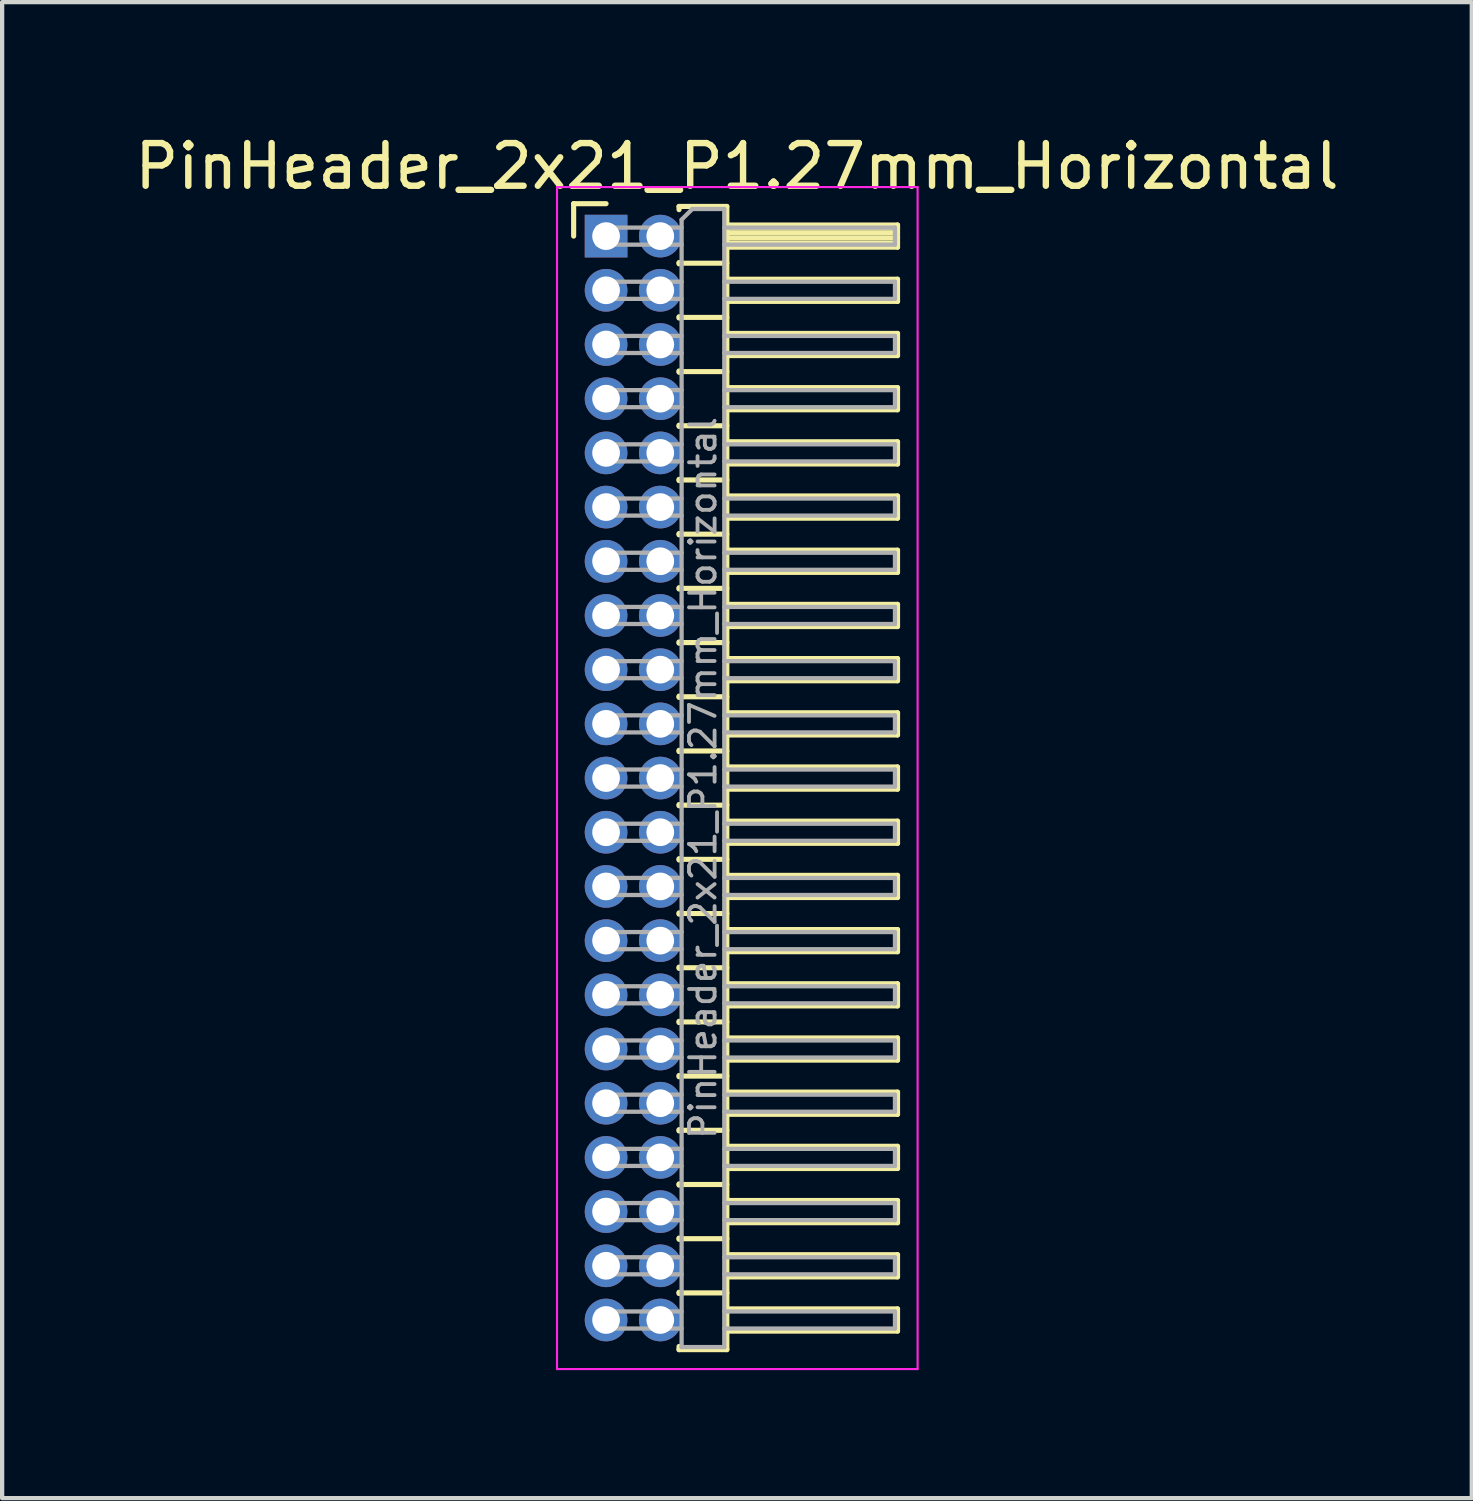
<source format=kicad_pcb>
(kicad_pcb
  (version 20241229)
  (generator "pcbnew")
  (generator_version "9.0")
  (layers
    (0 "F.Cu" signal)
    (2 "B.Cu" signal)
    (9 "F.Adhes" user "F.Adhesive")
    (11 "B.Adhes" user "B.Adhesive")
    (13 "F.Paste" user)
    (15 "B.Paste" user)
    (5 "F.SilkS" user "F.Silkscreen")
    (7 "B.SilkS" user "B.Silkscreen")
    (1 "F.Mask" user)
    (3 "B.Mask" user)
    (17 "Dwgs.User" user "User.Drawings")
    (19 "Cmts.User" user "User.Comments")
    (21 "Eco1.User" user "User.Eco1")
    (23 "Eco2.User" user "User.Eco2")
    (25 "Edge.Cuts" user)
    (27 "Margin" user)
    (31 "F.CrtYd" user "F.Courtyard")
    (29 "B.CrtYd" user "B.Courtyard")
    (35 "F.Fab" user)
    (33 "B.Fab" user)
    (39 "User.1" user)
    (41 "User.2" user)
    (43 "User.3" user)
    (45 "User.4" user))
  (footprint "PinHeader_2x21_P1.27mm_Horizontal"
    (layer "F.Cu")
    (at 11.153 2.483)
    (property "Reference" "PinHeader_2x21_P1.27mm_Horizontal" (at 3.067 -1.635 0) (layer "F.SilkS") (effects (font (size 1 1) (thickness 0.15))))
    (attr through_hole)
    (fp_line (start -0.76 -0.76) (end 0 -0.76) (stroke (width 0.12) (type solid)) (layer "F.SilkS"))
    (fp_line (start -0.76 0) (end -0.76 -0.76) (stroke (width 0.12) (type solid)) (layer "F.SilkS"))
    (fp_line (start 1.71 -0.695) (end 2.83 -0.695) (stroke (width 0.12) (type solid)) (layer "F.SilkS"))
    (fp_line (start 1.71 -0.62) (end 1.71 -0.695) (stroke (width 0.12) (type solid)) (layer "F.SilkS"))
    (fp_line (start 1.71 0.62) (end 1.71 0.65) (stroke (width 0.12) (type solid)) (layer "F.SilkS"))
    (fp_line (start 1.71 0.635) (end 2.83 0.635) (stroke (width 0.12) (type solid)) (layer "F.SilkS"))
    (fp_line (start 1.71 1.89) (end 1.71 1.92) (stroke (width 0.12) (type solid)) (layer "F.SilkS"))
    (fp_line (start 1.71 1.905) (end 2.83 1.905) (stroke (width 0.12) (type solid)) (layer "F.SilkS"))
    (fp_line (start 1.71 3.16) (end 1.71 3.19) (stroke (width 0.12) (type solid)) (layer "F.SilkS"))
    (fp_line (start 1.71 3.175) (end 2.83 3.175) (stroke (width 0.12) (type solid)) (layer "F.SilkS"))
    (fp_line (start 1.71 4.43) (end 1.71 4.46) (stroke (width 0.12) (type solid)) (layer "F.SilkS"))
    (fp_line (start 1.71 4.445) (end 2.83 4.445) (stroke (width 0.12) (type solid)) (layer "F.SilkS"))
    (fp_line (start 1.71 5.7) (end 1.71 5.73) (stroke (width 0.12) (type solid)) (layer "F.SilkS"))
    (fp_line (start 1.71 5.715) (end 2.83 5.715) (stroke (width 0.12) (type solid)) (layer "F.SilkS"))
    (fp_line (start 1.71 6.97) (end 1.71 7) (stroke (width 0.12) (type solid)) (layer "F.SilkS"))
    (fp_line (start 1.71 6.985) (end 2.83 6.985) (stroke (width 0.12) (type solid)) (layer "F.SilkS"))
    (fp_line (start 1.71 8.24) (end 1.71 8.27) (stroke (width 0.12) (type solid)) (layer "F.SilkS"))
    (fp_line (start 1.71 8.255) (end 2.83 8.255) (stroke (width 0.12) (type solid)) (layer "F.SilkS"))
    (fp_line (start 1.71 9.51) (end 1.71 9.54) (stroke (width 0.12) (type solid)) (layer "F.SilkS"))
    (fp_line (start 1.71 9.525) (end 2.83 9.525) (stroke (width 0.12) (type solid)) (layer "F.SilkS"))
    (fp_line (start 1.71 10.78) (end 1.71 10.81) (stroke (width 0.12) (type solid)) (layer "F.SilkS"))
    (fp_line (start 1.71 10.795) (end 2.83 10.795) (stroke (width 0.12) (type solid)) (layer "F.SilkS"))
    (fp_line (start 1.71 12.05) (end 1.71 12.08) (stroke (width 0.12) (type solid)) (layer "F.SilkS"))
    (fp_line (start 1.71 12.065) (end 2.83 12.065) (stroke (width 0.12) (type solid)) (layer "F.SilkS"))
    (fp_line (start 1.71 13.32) (end 1.71 13.35) (stroke (width 0.12) (type solid)) (layer "F.SilkS"))
    (fp_line (start 1.71 13.335) (end 2.83 13.335) (stroke (width 0.12) (type solid)) (layer "F.SilkS"))
    (fp_line (start 1.71 14.59) (end 1.71 14.62) (stroke (width 0.12) (type solid)) (layer "F.SilkS"))
    (fp_line (start 1.71 14.605) (end 2.83 14.605) (stroke (width 0.12) (type solid)) (layer "F.SilkS"))
    (fp_line (start 1.71 15.86) (end 1.71 15.89) (stroke (width 0.12) (type solid)) (layer "F.SilkS"))
    (fp_line (start 1.71 15.875) (end 2.83 15.875) (stroke (width 0.12) (type solid)) (layer "F.SilkS"))
    (fp_line (start 1.71 17.13) (end 1.71 17.16) (stroke (width 0.12) (type solid)) (layer "F.SilkS"))
    (fp_line (start 1.71 17.145) (end 2.83 17.145) (stroke (width 0.12) (type solid)) (layer "F.SilkS"))
    (fp_line (start 1.71 18.4) (end 1.71 18.43) (stroke (width 0.12) (type solid)) (layer "F.SilkS"))
    (fp_line (start 1.71 18.415) (end 2.83 18.415) (stroke (width 0.12) (type solid)) (layer "F.SilkS"))
    (fp_line (start 1.71 19.67) (end 1.71 19.7) (stroke (width 0.12) (type solid)) (layer "F.SilkS"))
    (fp_line (start 1.71 19.685) (end 2.83 19.685) (stroke (width 0.12) (type solid)) (layer "F.SilkS"))
    (fp_line (start 1.71 20.94) (end 1.71 20.97) (stroke (width 0.12) (type solid)) (layer "F.SilkS"))
    (fp_line (start 1.71 20.955) (end 2.83 20.955) (stroke (width 0.12) (type solid)) (layer "F.SilkS"))
    (fp_line (start 1.71 22.21) (end 1.71 22.24) (stroke (width 0.12) (type solid)) (layer "F.SilkS"))
    (fp_line (start 1.71 22.225) (end 2.83 22.225) (stroke (width 0.12) (type solid)) (layer "F.SilkS"))
    (fp_line (start 1.71 23.48) (end 1.71 23.51) (stroke (width 0.12) (type solid)) (layer "F.SilkS"))
    (fp_line (start 1.71 23.495) (end 2.83 23.495) (stroke (width 0.12) (type solid)) (layer "F.SilkS"))
    (fp_line (start 1.71 24.75) (end 1.71 24.78) (stroke (width 0.12) (type solid)) (layer "F.SilkS"))
    (fp_line (start 1.71 24.765) (end 2.83 24.765) (stroke (width 0.12) (type solid)) (layer "F.SilkS"))
    (fp_line (start 1.71 26.095) (end 1.71 26.02) (stroke (width 0.12) (type solid)) (layer "F.SilkS"))
    (fp_line (start 2.83 -0.695) (end 2.83 26.095) (stroke (width 0.12) (type solid)) (layer "F.SilkS"))
    (fp_line (start 2.83 -0.26) (end 6.83 -0.26) (stroke (width 0.12) (type solid)) (layer "F.SilkS"))
    (fp_line (start 2.83 -0.2) (end 6.83 -0.2) (stroke (width 0.12) (type solid)) (layer "F.SilkS"))
    (fp_line (start 2.83 -0.08) (end 6.83 -0.08) (stroke (width 0.12) (type solid)) (layer "F.SilkS"))
    (fp_line (start 2.83 0.04) (end 6.83 0.04) (stroke (width 0.12) (type solid)) (layer "F.SilkS"))
    (fp_line (start 2.83 0.16) (end 6.83 0.16) (stroke (width 0.12) (type solid)) (layer "F.SilkS"))
    (fp_line (start 2.83 1.01) (end 6.83 1.01) (stroke (width 0.12) (type solid)) (layer "F.SilkS"))
    (fp_line (start 2.83 2.28) (end 6.83 2.28) (stroke (width 0.12) (type solid)) (layer "F.SilkS"))
    (fp_line (start 2.83 3.55) (end 6.83 3.55) (stroke (width 0.12) (type solid)) (layer "F.SilkS"))
    (fp_line (start 2.83 4.82) (end 6.83 4.82) (stroke (width 0.12) (type solid)) (layer "F.SilkS"))
    (fp_line (start 2.83 6.09) (end 6.83 6.09) (stroke (width 0.12) (type solid)) (layer "F.SilkS"))
    (fp_line (start 2.83 7.36) (end 6.83 7.36) (stroke (width 0.12) (type solid)) (layer "F.SilkS"))
    (fp_line (start 2.83 8.63) (end 6.83 8.63) (stroke (width 0.12) (type solid)) (layer "F.SilkS"))
    (fp_line (start 2.83 9.9) (end 6.83 9.9) (stroke (width 0.12) (type solid)) (layer "F.SilkS"))
    (fp_line (start 2.83 11.17) (end 6.83 11.17) (stroke (width 0.12) (type solid)) (layer "F.SilkS"))
    (fp_line (start 2.83 12.44) (end 6.83 12.44) (stroke (width 0.12) (type solid)) (layer "F.SilkS"))
    (fp_line (start 2.83 13.71) (end 6.83 13.71) (stroke (width 0.12) (type solid)) (layer "F.SilkS"))
    (fp_line (start 2.83 14.98) (end 6.83 14.98) (stroke (width 0.12) (type solid)) (layer "F.SilkS"))
    (fp_line (start 2.83 16.25) (end 6.83 16.25) (stroke (width 0.12) (type solid)) (layer "F.SilkS"))
    (fp_line (start 2.83 17.52) (end 6.83 17.52) (stroke (width 0.12) (type solid)) (layer "F.SilkS"))
    (fp_line (start 2.83 18.79) (end 6.83 18.79) (stroke (width 0.12) (type solid)) (layer "F.SilkS"))
    (fp_line (start 2.83 20.06) (end 6.83 20.06) (stroke (width 0.12) (type solid)) (layer "F.SilkS"))
    (fp_line (start 2.83 21.33) (end 6.83 21.33) (stroke (width 0.12) (type solid)) (layer "F.SilkS"))
    (fp_line (start 2.83 22.6) (end 6.83 22.6) (stroke (width 0.12) (type solid)) (layer "F.SilkS"))
    (fp_line (start 2.83 23.87) (end 6.83 23.87) (stroke (width 0.12) (type solid)) (layer "F.SilkS"))
    (fp_line (start 2.83 25.14) (end 6.83 25.14) (stroke (width 0.12) (type solid)) (layer "F.SilkS"))
    (fp_line (start 2.83 26.095) (end 1.71 26.095) (stroke (width 0.12) (type solid)) (layer "F.SilkS"))
    (fp_line (start 6.83 -0.26) (end 6.83 0.26) (stroke (width 0.12) (type solid)) (layer "F.SilkS"))
    (fp_line (start 6.83 0.26) (end 2.83 0.26) (stroke (width 0.12) (type solid)) (layer "F.SilkS"))
    (fp_line (start 6.83 1.01) (end 6.83 1.53) (stroke (width 0.12) (type solid)) (layer "F.SilkS"))
    (fp_line (start 6.83 1.53) (end 2.83 1.53) (stroke (width 0.12) (type solid)) (layer "F.SilkS"))
    (fp_line (start 6.83 2.28) (end 6.83 2.8) (stroke (width 0.12) (type solid)) (layer "F.SilkS"))
    (fp_line (start 6.83 2.8) (end 2.83 2.8) (stroke (width 0.12) (type solid)) (layer "F.SilkS"))
    (fp_line (start 6.83 3.55) (end 6.83 4.07) (stroke (width 0.12) (type solid)) (layer "F.SilkS"))
    (fp_line (start 6.83 4.07) (end 2.83 4.07) (stroke (width 0.12) (type solid)) (layer "F.SilkS"))
    (fp_line (start 6.83 4.82) (end 6.83 5.34) (stroke (width 0.12) (type solid)) (layer "F.SilkS"))
    (fp_line (start 6.83 5.34) (end 2.83 5.34) (stroke (width 0.12) (type solid)) (layer "F.SilkS"))
    (fp_line (start 6.83 6.09) (end 6.83 6.61) (stroke (width 0.12) (type solid)) (layer "F.SilkS"))
    (fp_line (start 6.83 6.61) (end 2.83 6.61) (stroke (width 0.12) (type solid)) (layer "F.SilkS"))
    (fp_line (start 6.83 7.36) (end 6.83 7.88) (stroke (width 0.12) (type solid)) (layer "F.SilkS"))
    (fp_line (start 6.83 7.88) (end 2.83 7.88) (stroke (width 0.12) (type solid)) (layer "F.SilkS"))
    (fp_line (start 6.83 8.63) (end 6.83 9.15) (stroke (width 0.12) (type solid)) (layer "F.SilkS"))
    (fp_line (start 6.83 9.15) (end 2.83 9.15) (stroke (width 0.12) (type solid)) (layer "F.SilkS"))
    (fp_line (start 6.83 9.9) (end 6.83 10.42) (stroke (width 0.12) (type solid)) (layer "F.SilkS"))
    (fp_line (start 6.83 10.42) (end 2.83 10.42) (stroke (width 0.12) (type solid)) (layer "F.SilkS"))
    (fp_line (start 6.83 11.17) (end 6.83 11.69) (stroke (width 0.12) (type solid)) (layer "F.SilkS"))
    (fp_line (start 6.83 11.69) (end 2.83 11.69) (stroke (width 0.12) (type solid)) (layer "F.SilkS"))
    (fp_line (start 6.83 12.44) (end 6.83 12.96) (stroke (width 0.12) (type solid)) (layer "F.SilkS"))
    (fp_line (start 6.83 12.96) (end 2.83 12.96) (stroke (width 0.12) (type solid)) (layer "F.SilkS"))
    (fp_line (start 6.83 13.71) (end 6.83 14.23) (stroke (width 0.12) (type solid)) (layer "F.SilkS"))
    (fp_line (start 6.83 14.23) (end 2.83 14.23) (stroke (width 0.12) (type solid)) (layer "F.SilkS"))
    (fp_line (start 6.83 14.98) (end 6.83 15.5) (stroke (width 0.12) (type solid)) (layer "F.SilkS"))
    (fp_line (start 6.83 15.5) (end 2.83 15.5) (stroke (width 0.12) (type solid)) (layer "F.SilkS"))
    (fp_line (start 6.83 16.25) (end 6.83 16.77) (stroke (width 0.12) (type solid)) (layer "F.SilkS"))
    (fp_line (start 6.83 16.77) (end 2.83 16.77) (stroke (width 0.12) (type solid)) (layer "F.SilkS"))
    (fp_line (start 6.83 17.52) (end 6.83 18.04) (stroke (width 0.12) (type solid)) (layer "F.SilkS"))
    (fp_line (start 6.83 18.04) (end 2.83 18.04) (stroke (width 0.12) (type solid)) (layer "F.SilkS"))
    (fp_line (start 6.83 18.79) (end 6.83 19.31) (stroke (width 0.12) (type solid)) (layer "F.SilkS"))
    (fp_line (start 6.83 19.31) (end 2.83 19.31) (stroke (width 0.12) (type solid)) (layer "F.SilkS"))
    (fp_line (start 6.83 20.06) (end 6.83 20.58) (stroke (width 0.12) (type solid)) (layer "F.SilkS"))
    (fp_line (start 6.83 20.58) (end 2.83 20.58) (stroke (width 0.12) (type solid)) (layer "F.SilkS"))
    (fp_line (start 6.83 21.33) (end 6.83 21.85) (stroke (width 0.12) (type solid)) (layer "F.SilkS"))
    (fp_line (start 6.83 21.85) (end 2.83 21.85) (stroke (width 0.12) (type solid)) (layer "F.SilkS"))
    (fp_line (start 6.83 22.6) (end 6.83 23.12) (stroke (width 0.12) (type solid)) (layer "F.SilkS"))
    (fp_line (start 6.83 23.12) (end 2.83 23.12) (stroke (width 0.12) (type solid)) (layer "F.SilkS"))
    (fp_line (start 6.83 23.87) (end 6.83 24.39) (stroke (width 0.12) (type solid)) (layer "F.SilkS"))
    (fp_line (start 6.83 24.39) (end 2.83 24.39) (stroke (width 0.12) (type solid)) (layer "F.SilkS"))
    (fp_line (start 6.83 25.14) (end 6.83 25.66) (stroke (width 0.12) (type solid)) (layer "F.SilkS"))
    (fp_line (start 6.83 25.66) (end 2.83 25.66) (stroke (width 0.12) (type solid)) (layer "F.SilkS"))
    (fp_line (start -1.15 -1.15) (end -1.15 26.55) (stroke (width 0.05) (type solid)) (layer "F.CrtYd"))
    (fp_line (start -1.15 26.55) (end 7.3 26.55) (stroke (width 0.05) (type solid)) (layer "F.CrtYd"))
    (fp_line (start 7.3 -1.15) (end -1.15 -1.15) (stroke (width 0.05) (type solid)) (layer "F.CrtYd"))
    (fp_line (start 7.3 26.55) (end 7.3 -1.15) (stroke (width 0.05) (type solid)) (layer "F.CrtYd"))
    (fp_line (start -0.2 -0.2) (end -0.2 0.2) (stroke (width 0.1) (type solid)) (layer "F.Fab"))
    (fp_line (start -0.2 -0.2) (end 1.77 -0.2) (stroke (width 0.1) (type solid)) (layer "F.Fab"))
    (fp_line (start -0.2 0.2) (end 1.77 0.2) (stroke (width 0.1) (type solid)) (layer "F.Fab"))
    (fp_line (start -0.2 1.07) (end -0.2 1.47) (stroke (width 0.1) (type solid)) (layer "F.Fab"))
    (fp_line (start -0.2 1.07) (end 1.77 1.07) (stroke (width 0.1) (type solid)) (layer "F.Fab"))
    (fp_line (start -0.2 1.47) (end 1.77 1.47) (stroke (width 0.1) (type solid)) (layer "F.Fab"))
    (fp_line (start -0.2 2.34) (end -0.2 2.74) (stroke (width 0.1) (type solid)) (layer "F.Fab"))
    (fp_line (start -0.2 2.34) (end 1.77 2.34) (stroke (width 0.1) (type solid)) (layer "F.Fab"))
    (fp_line (start -0.2 2.74) (end 1.77 2.74) (stroke (width 0.1) (type solid)) (layer "F.Fab"))
    (fp_line (start -0.2 3.61) (end -0.2 4.01) (stroke (width 0.1) (type solid)) (layer "F.Fab"))
    (fp_line (start -0.2 3.61) (end 1.77 3.61) (stroke (width 0.1) (type solid)) (layer "F.Fab"))
    (fp_line (start -0.2 4.01) (end 1.77 4.01) (stroke (width 0.1) (type solid)) (layer "F.Fab"))
    (fp_line (start -0.2 4.88) (end -0.2 5.28) (stroke (width 0.1) (type solid)) (layer "F.Fab"))
    (fp_line (start -0.2 4.88) (end 1.77 4.88) (stroke (width 0.1) (type solid)) (layer "F.Fab"))
    (fp_line (start -0.2 5.28) (end 1.77 5.28) (stroke (width 0.1) (type solid)) (layer "F.Fab"))
    (fp_line (start -0.2 6.15) (end -0.2 6.55) (stroke (width 0.1) (type solid)) (layer "F.Fab"))
    (fp_line (start -0.2 6.15) (end 1.77 6.15) (stroke (width 0.1) (type solid)) (layer "F.Fab"))
    (fp_line (start -0.2 6.55) (end 1.77 6.55) (stroke (width 0.1) (type solid)) (layer "F.Fab"))
    (fp_line (start -0.2 7.42) (end -0.2 7.82) (stroke (width 0.1) (type solid)) (layer "F.Fab"))
    (fp_line (start -0.2 7.42) (end 1.77 7.42) (stroke (width 0.1) (type solid)) (layer "F.Fab"))
    (fp_line (start -0.2 7.82) (end 1.77 7.82) (stroke (width 0.1) (type solid)) (layer "F.Fab"))
    (fp_line (start -0.2 8.69) (end -0.2 9.09) (stroke (width 0.1) (type solid)) (layer "F.Fab"))
    (fp_line (start -0.2 8.69) (end 1.77 8.69) (stroke (width 0.1) (type solid)) (layer "F.Fab"))
    (fp_line (start -0.2 9.09) (end 1.77 9.09) (stroke (width 0.1) (type solid)) (layer "F.Fab"))
    (fp_line (start -0.2 9.96) (end -0.2 10.36) (stroke (width 0.1) (type solid)) (layer "F.Fab"))
    (fp_line (start -0.2 9.96) (end 1.77 9.96) (stroke (width 0.1) (type solid)) (layer "F.Fab"))
    (fp_line (start -0.2 10.36) (end 1.77 10.36) (stroke (width 0.1) (type solid)) (layer "F.Fab"))
    (fp_line (start -0.2 11.23) (end -0.2 11.63) (stroke (width 0.1) (type solid)) (layer "F.Fab"))
    (fp_line (start -0.2 11.23) (end 1.77 11.23) (stroke (width 0.1) (type solid)) (layer "F.Fab"))
    (fp_line (start -0.2 11.63) (end 1.77 11.63) (stroke (width 0.1) (type solid)) (layer "F.Fab"))
    (fp_line (start -0.2 12.5) (end -0.2 12.9) (stroke (width 0.1) (type solid)) (layer "F.Fab"))
    (fp_line (start -0.2 12.5) (end 1.77 12.5) (stroke (width 0.1) (type solid)) (layer "F.Fab"))
    (fp_line (start -0.2 12.9) (end 1.77 12.9) (stroke (width 0.1) (type solid)) (layer "F.Fab"))
    (fp_line (start -0.2 13.77) (end -0.2 14.17) (stroke (width 0.1) (type solid)) (layer "F.Fab"))
    (fp_line (start -0.2 13.77) (end 1.77 13.77) (stroke (width 0.1) (type solid)) (layer "F.Fab"))
    (fp_line (start -0.2 14.17) (end 1.77 14.17) (stroke (width 0.1) (type solid)) (layer "F.Fab"))
    (fp_line (start -0.2 15.04) (end -0.2 15.44) (stroke (width 0.1) (type solid)) (layer "F.Fab"))
    (fp_line (start -0.2 15.04) (end 1.77 15.04) (stroke (width 0.1) (type solid)) (layer "F.Fab"))
    (fp_line (start -0.2 15.44) (end 1.77 15.44) (stroke (width 0.1) (type solid)) (layer "F.Fab"))
    (fp_line (start -0.2 16.31) (end -0.2 16.71) (stroke (width 0.1) (type solid)) (layer "F.Fab"))
    (fp_line (start -0.2 16.31) (end 1.77 16.31) (stroke (width 0.1) (type solid)) (layer "F.Fab"))
    (fp_line (start -0.2 16.71) (end 1.77 16.71) (stroke (width 0.1) (type solid)) (layer "F.Fab"))
    (fp_line (start -0.2 17.58) (end -0.2 17.98) (stroke (width 0.1) (type solid)) (layer "F.Fab"))
    (fp_line (start -0.2 17.58) (end 1.77 17.58) (stroke (width 0.1) (type solid)) (layer "F.Fab"))
    (fp_line (start -0.2 17.98) (end 1.77 17.98) (stroke (width 0.1) (type solid)) (layer "F.Fab"))
    (fp_line (start -0.2 18.85) (end -0.2 19.25) (stroke (width 0.1) (type solid)) (layer "F.Fab"))
    (fp_line (start -0.2 18.85) (end 1.77 18.85) (stroke (width 0.1) (type solid)) (layer "F.Fab"))
    (fp_line (start -0.2 19.25) (end 1.77 19.25) (stroke (width 0.1) (type solid)) (layer "F.Fab"))
    (fp_line (start -0.2 20.12) (end -0.2 20.52) (stroke (width 0.1) (type solid)) (layer "F.Fab"))
    (fp_line (start -0.2 20.12) (end 1.77 20.12) (stroke (width 0.1) (type solid)) (layer "F.Fab"))
    (fp_line (start -0.2 20.52) (end 1.77 20.52) (stroke (width 0.1) (type solid)) (layer "F.Fab"))
    (fp_line (start -0.2 21.39) (end -0.2 21.79) (stroke (width 0.1) (type solid)) (layer "F.Fab"))
    (fp_line (start -0.2 21.39) (end 1.77 21.39) (stroke (width 0.1) (type solid)) (layer "F.Fab"))
    (fp_line (start -0.2 21.79) (end 1.77 21.79) (stroke (width 0.1) (type solid)) (layer "F.Fab"))
    (fp_line (start -0.2 22.66) (end -0.2 23.06) (stroke (width 0.1) (type solid)) (layer "F.Fab"))
    (fp_line (start -0.2 22.66) (end 1.77 22.66) (stroke (width 0.1) (type solid)) (layer "F.Fab"))
    (fp_line (start -0.2 23.06) (end 1.77 23.06) (stroke (width 0.1) (type solid)) (layer "F.Fab"))
    (fp_line (start -0.2 23.93) (end -0.2 24.33) (stroke (width 0.1) (type solid)) (layer "F.Fab"))
    (fp_line (start -0.2 23.93) (end 1.77 23.93) (stroke (width 0.1) (type solid)) (layer "F.Fab"))
    (fp_line (start -0.2 24.33) (end 1.77 24.33) (stroke (width 0.1) (type solid)) (layer "F.Fab"))
    (fp_line (start -0.2 25.2) (end -0.2 25.6) (stroke (width 0.1) (type solid)) (layer "F.Fab"))
    (fp_line (start -0.2 25.2) (end 1.77 25.2) (stroke (width 0.1) (type solid)) (layer "F.Fab"))
    (fp_line (start -0.2 25.6) (end 1.77 25.6) (stroke (width 0.1) (type solid)) (layer "F.Fab"))
    (fp_line (start 1.77 -0.385) (end 2.02 -0.635) (stroke (width 0.1) (type solid)) (layer "F.Fab"))
    (fp_line (start 1.77 26.035) (end 1.77 -0.385) (stroke (width 0.1) (type solid)) (layer "F.Fab"))
    (fp_line (start 2.02 -0.635) (end 2.77 -0.635) (stroke (width 0.1) (type solid)) (layer "F.Fab"))
    (fp_line (start 2.77 -0.635) (end 2.77 26.035) (stroke (width 0.1) (type solid)) (layer "F.Fab"))
    (fp_line (start 2.77 -0.2) (end 6.77 -0.2) (stroke (width 0.1) (type solid)) (layer "F.Fab"))
    (fp_line (start 2.77 0.2) (end 6.77 0.2) (stroke (width 0.1) (type solid)) (layer "F.Fab"))
    (fp_line (start 2.77 1.07) (end 6.77 1.07) (stroke (width 0.1) (type solid)) (layer "F.Fab"))
    (fp_line (start 2.77 1.47) (end 6.77 1.47) (stroke (width 0.1) (type solid)) (layer "F.Fab"))
    (fp_line (start 2.77 2.34) (end 6.77 2.34) (stroke (width 0.1) (type solid)) (layer "F.Fab"))
    (fp_line (start 2.77 2.74) (end 6.77 2.74) (stroke (width 0.1) (type solid)) (layer "F.Fab"))
    (fp_line (start 2.77 3.61) (end 6.77 3.61) (stroke (width 0.1) (type solid)) (layer "F.Fab"))
    (fp_line (start 2.77 4.01) (end 6.77 4.01) (stroke (width 0.1) (type solid)) (layer "F.Fab"))
    (fp_line (start 2.77 4.88) (end 6.77 4.88) (stroke (width 0.1) (type solid)) (layer "F.Fab"))
    (fp_line (start 2.77 5.28) (end 6.77 5.28) (stroke (width 0.1) (type solid)) (layer "F.Fab"))
    (fp_line (start 2.77 6.15) (end 6.77 6.15) (stroke (width 0.1) (type solid)) (layer "F.Fab"))
    (fp_line (start 2.77 6.55) (end 6.77 6.55) (stroke (width 0.1) (type solid)) (layer "F.Fab"))
    (fp_line (start 2.77 7.42) (end 6.77 7.42) (stroke (width 0.1) (type solid)) (layer "F.Fab"))
    (fp_line (start 2.77 7.82) (end 6.77 7.82) (stroke (width 0.1) (type solid)) (layer "F.Fab"))
    (fp_line (start 2.77 8.69) (end 6.77 8.69) (stroke (width 0.1) (type solid)) (layer "F.Fab"))
    (fp_line (start 2.77 9.09) (end 6.77 9.09) (stroke (width 0.1) (type solid)) (layer "F.Fab"))
    (fp_line (start 2.77 9.96) (end 6.77 9.96) (stroke (width 0.1) (type solid)) (layer "F.Fab"))
    (fp_line (start 2.77 10.36) (end 6.77 10.36) (stroke (width 0.1) (type solid)) (layer "F.Fab"))
    (fp_line (start 2.77 11.23) (end 6.77 11.23) (stroke (width 0.1) (type solid)) (layer "F.Fab"))
    (fp_line (start 2.77 11.63) (end 6.77 11.63) (stroke (width 0.1) (type solid)) (layer "F.Fab"))
    (fp_line (start 2.77 12.5) (end 6.77 12.5) (stroke (width 0.1) (type solid)) (layer "F.Fab"))
    (fp_line (start 2.77 12.9) (end 6.77 12.9) (stroke (width 0.1) (type solid)) (layer "F.Fab"))
    (fp_line (start 2.77 13.77) (end 6.77 13.77) (stroke (width 0.1) (type solid)) (layer "F.Fab"))
    (fp_line (start 2.77 14.17) (end 6.77 14.17) (stroke (width 0.1) (type solid)) (layer "F.Fab"))
    (fp_line (start 2.77 15.04) (end 6.77 15.04) (stroke (width 0.1) (type solid)) (layer "F.Fab"))
    (fp_line (start 2.77 15.44) (end 6.77 15.44) (stroke (width 0.1) (type solid)) (layer "F.Fab"))
    (fp_line (start 2.77 16.31) (end 6.77 16.31) (stroke (width 0.1) (type solid)) (layer "F.Fab"))
    (fp_line (start 2.77 16.71) (end 6.77 16.71) (stroke (width 0.1) (type solid)) (layer "F.Fab"))
    (fp_line (start 2.77 17.58) (end 6.77 17.58) (stroke (width 0.1) (type solid)) (layer "F.Fab"))
    (fp_line (start 2.77 17.98) (end 6.77 17.98) (stroke (width 0.1) (type solid)) (layer "F.Fab"))
    (fp_line (start 2.77 18.85) (end 6.77 18.85) (stroke (width 0.1) (type solid)) (layer "F.Fab"))
    (fp_line (start 2.77 19.25) (end 6.77 19.25) (stroke (width 0.1) (type solid)) (layer "F.Fab"))
    (fp_line (start 2.77 20.12) (end 6.77 20.12) (stroke (width 0.1) (type solid)) (layer "F.Fab"))
    (fp_line (start 2.77 20.52) (end 6.77 20.52) (stroke (width 0.1) (type solid)) (layer "F.Fab"))
    (fp_line (start 2.77 21.39) (end 6.77 21.39) (stroke (width 0.1) (type solid)) (layer "F.Fab"))
    (fp_line (start 2.77 21.79) (end 6.77 21.79) (stroke (width 0.1) (type solid)) (layer "F.Fab"))
    (fp_line (start 2.77 22.66) (end 6.77 22.66) (stroke (width 0.1) (type solid)) (layer "F.Fab"))
    (fp_line (start 2.77 23.06) (end 6.77 23.06) (stroke (width 0.1) (type solid)) (layer "F.Fab"))
    (fp_line (start 2.77 23.93) (end 6.77 23.93) (stroke (width 0.1) (type solid)) (layer "F.Fab"))
    (fp_line (start 2.77 24.33) (end 6.77 24.33) (stroke (width 0.1) (type solid)) (layer "F.Fab"))
    (fp_line (start 2.77 25.2) (end 6.77 25.2) (stroke (width 0.1) (type solid)) (layer "F.Fab"))
    (fp_line (start 2.77 25.6) (end 6.77 25.6) (stroke (width 0.1) (type solid)) (layer "F.Fab"))
    (fp_line (start 2.77 26.035) (end 1.77 26.035) (stroke (width 0.1) (type solid)) (layer "F.Fab"))
    (fp_line (start 6.77 -0.2) (end 6.77 0.2) (stroke (width 0.1) (type solid)) (layer "F.Fab"))
    (fp_line (start 6.77 1.07) (end 6.77 1.47) (stroke (width 0.1) (type solid)) (layer "F.Fab"))
    (fp_line (start 6.77 2.34) (end 6.77 2.74) (stroke (width 0.1) (type solid)) (layer "F.Fab"))
    (fp_line (start 6.77 3.61) (end 6.77 4.01) (stroke (width 0.1) (type solid)) (layer "F.Fab"))
    (fp_line (start 6.77 4.88) (end 6.77 5.28) (stroke (width 0.1) (type solid)) (layer "F.Fab"))
    (fp_line (start 6.77 6.15) (end 6.77 6.55) (stroke (width 0.1) (type solid)) (layer "F.Fab"))
    (fp_line (start 6.77 7.42) (end 6.77 7.82) (stroke (width 0.1) (type solid)) (layer "F.Fab"))
    (fp_line (start 6.77 8.69) (end 6.77 9.09) (stroke (width 0.1) (type solid)) (layer "F.Fab"))
    (fp_line (start 6.77 9.96) (end 6.77 10.36) (stroke (width 0.1) (type solid)) (layer "F.Fab"))
    (fp_line (start 6.77 11.23) (end 6.77 11.63) (stroke (width 0.1) (type solid)) (layer "F.Fab"))
    (fp_line (start 6.77 12.5) (end 6.77 12.9) (stroke (width 0.1) (type solid)) (layer "F.Fab"))
    (fp_line (start 6.77 13.77) (end 6.77 14.17) (stroke (width 0.1) (type solid)) (layer "F.Fab"))
    (fp_line (start 6.77 15.04) (end 6.77 15.44) (stroke (width 0.1) (type solid)) (layer "F.Fab"))
    (fp_line (start 6.77 16.31) (end 6.77 16.71) (stroke (width 0.1) (type solid)) (layer "F.Fab"))
    (fp_line (start 6.77 17.58) (end 6.77 17.98) (stroke (width 0.1) (type solid)) (layer "F.Fab"))
    (fp_line (start 6.77 18.85) (end 6.77 19.25) (stroke (width 0.1) (type solid)) (layer "F.Fab"))
    (fp_line (start 6.77 20.12) (end 6.77 20.52) (stroke (width 0.1) (type solid)) (layer "F.Fab"))
    (fp_line (start 6.77 21.39) (end 6.77 21.79) (stroke (width 0.1) (type solid)) (layer "F.Fab"))
    (fp_line (start 6.77 22.66) (end 6.77 23.06) (stroke (width 0.1) (type solid)) (layer "F.Fab"))
    (fp_line (start 6.77 23.93) (end 6.77 24.33) (stroke (width 0.1) (type solid)) (layer "F.Fab"))
    (fp_line (start 6.77 25.2) (end 6.77 25.6) (stroke (width 0.1) (type solid)) (layer "F.Fab"))
    (fp_text user "${REFERENCE}" (at 2.27 12.7 90) (layer "F.Fab") (effects (font (size 0.6 0.6) (thickness 0.09))))
    (pad "1" thru_hole rect (at 0 0) (size 1 1) (drill 0.65) (layers "*.Cu" "*.Mask"))
    (pad "2" thru_hole oval (at 1.27 0) (size 1 1) (drill 0.65) (layers "*.Cu" "*.Mask"))
    (pad "3" thru_hole oval (at 0 1.27) (size 1 1) (drill 0.65) (layers "*.Cu" "*.Mask"))
    (pad "4" thru_hole oval (at 1.27 1.27) (size 1 1) (drill 0.65) (layers "*.Cu" "*.Mask"))
    (pad "5" thru_hole oval (at 0 2.54) (size 1 1) (drill 0.65) (layers "*.Cu" "*.Mask"))
    (pad "6" thru_hole oval (at 1.27 2.54) (size 1 1) (drill 0.65) (layers "*.Cu" "*.Mask"))
    (pad "7" thru_hole oval (at 0 3.81) (size 1 1) (drill 0.65) (layers "*.Cu" "*.Mask"))
    (pad "8" thru_hole oval (at 1.27 3.81) (size 1 1) (drill 0.65) (layers "*.Cu" "*.Mask"))
    (pad "9" thru_hole oval (at 0 5.08) (size 1 1) (drill 0.65) (layers "*.Cu" "*.Mask"))
    (pad "10" thru_hole oval (at 1.27 5.08) (size 1 1) (drill 0.65) (layers "*.Cu" "*.Mask"))
    (pad "11" thru_hole oval (at 0 6.35) (size 1 1) (drill 0.65) (layers "*.Cu" "*.Mask"))
    (pad "12" thru_hole oval (at 1.27 6.35) (size 1 1) (drill 0.65) (layers "*.Cu" "*.Mask"))
    (pad "13" thru_hole oval (at 0 7.62) (size 1 1) (drill 0.65) (layers "*.Cu" "*.Mask"))
    (pad "14" thru_hole oval (at 1.27 7.62) (size 1 1) (drill 0.65) (layers "*.Cu" "*.Mask"))
    (pad "15" thru_hole oval (at 0 8.89) (size 1 1) (drill 0.65) (layers "*.Cu" "*.Mask"))
    (pad "16" thru_hole oval (at 1.27 8.89) (size 1 1) (drill 0.65) (layers "*.Cu" "*.Mask"))
    (pad "17" thru_hole oval (at 0 10.16) (size 1 1) (drill 0.65) (layers "*.Cu" "*.Mask"))
    (pad "18" thru_hole oval (at 1.27 10.16) (size 1 1) (drill 0.65) (layers "*.Cu" "*.Mask"))
    (pad "19" thru_hole oval (at 0 11.43) (size 1 1) (drill 0.65) (layers "*.Cu" "*.Mask"))
    (pad "20" thru_hole oval (at 1.27 11.43) (size 1 1) (drill 0.65) (layers "*.Cu" "*.Mask"))
    (pad "21" thru_hole oval (at 0 12.7) (size 1 1) (drill 0.65) (layers "*.Cu" "*.Mask"))
    (pad "22" thru_hole oval (at 1.27 12.7) (size 1 1) (drill 0.65) (layers "*.Cu" "*.Mask"))
    (pad "23" thru_hole oval (at 0 13.97) (size 1 1) (drill 0.65) (layers "*.Cu" "*.Mask"))
    (pad "24" thru_hole oval (at 1.27 13.97) (size 1 1) (drill 0.65) (layers "*.Cu" "*.Mask"))
    (pad "25" thru_hole oval (at 0 15.24) (size 1 1) (drill 0.65) (layers "*.Cu" "*.Mask"))
    (pad "26" thru_hole oval (at 1.27 15.24) (size 1 1) (drill 0.65) (layers "*.Cu" "*.Mask"))
    (pad "27" thru_hole oval (at 0 16.51) (size 1 1) (drill 0.65) (layers "*.Cu" "*.Mask"))
    (pad "28" thru_hole oval (at 1.27 16.51) (size 1 1) (drill 0.65) (layers "*.Cu" "*.Mask"))
    (pad "29" thru_hole oval (at 0 17.78) (size 1 1) (drill 0.65) (layers "*.Cu" "*.Mask"))
    (pad "30" thru_hole oval (at 1.27 17.78) (size 1 1) (drill 0.65) (layers "*.Cu" "*.Mask"))
    (pad "31" thru_hole oval (at 0 19.05) (size 1 1) (drill 0.65) (layers "*.Cu" "*.Mask"))
    (pad "32" thru_hole oval (at 1.27 19.05) (size 1 1) (drill 0.65) (layers "*.Cu" "*.Mask"))
    (pad "33" thru_hole oval (at 0 20.32) (size 1 1) (drill 0.65) (layers "*.Cu" "*.Mask"))
    (pad "34" thru_hole oval (at 1.27 20.32) (size 1 1) (drill 0.65) (layers "*.Cu" "*.Mask"))
    (pad "35" thru_hole oval (at 0 21.59) (size 1 1) (drill 0.65) (layers "*.Cu" "*.Mask"))
    (pad "36" thru_hole oval (at 1.27 21.59) (size 1 1) (drill 0.65) (layers "*.Cu" "*.Mask"))
    (pad "37" thru_hole oval (at 0 22.86) (size 1 1) (drill 0.65) (layers "*.Cu" "*.Mask"))
    (pad "38" thru_hole oval (at 1.27 22.86) (size 1 1) (drill 0.65) (layers "*.Cu" "*.Mask"))
    (pad "39" thru_hole oval (at 0 24.13) (size 1 1) (drill 0.65) (layers "*.Cu" "*.Mask"))
    (pad "40" thru_hole oval (at 1.27 24.13) (size 1 1) (drill 0.65) (layers "*.Cu" "*.Mask"))
    (pad "41" thru_hole oval (at 0 25.4) (size 1 1) (drill 0.65) (layers "*.Cu" "*.Mask"))
    (pad "42" thru_hole oval (at 1.27 25.4) (size 1 1) (drill 0.65) (layers "*.Cu" "*.Mask")))
  (gr_rect
    (start -3 -3)
    (end 31.44 32.058)
    (stroke (width 0.1) (type default))
    (fill no)
    (layer "Edge.Cuts")))
</source>
